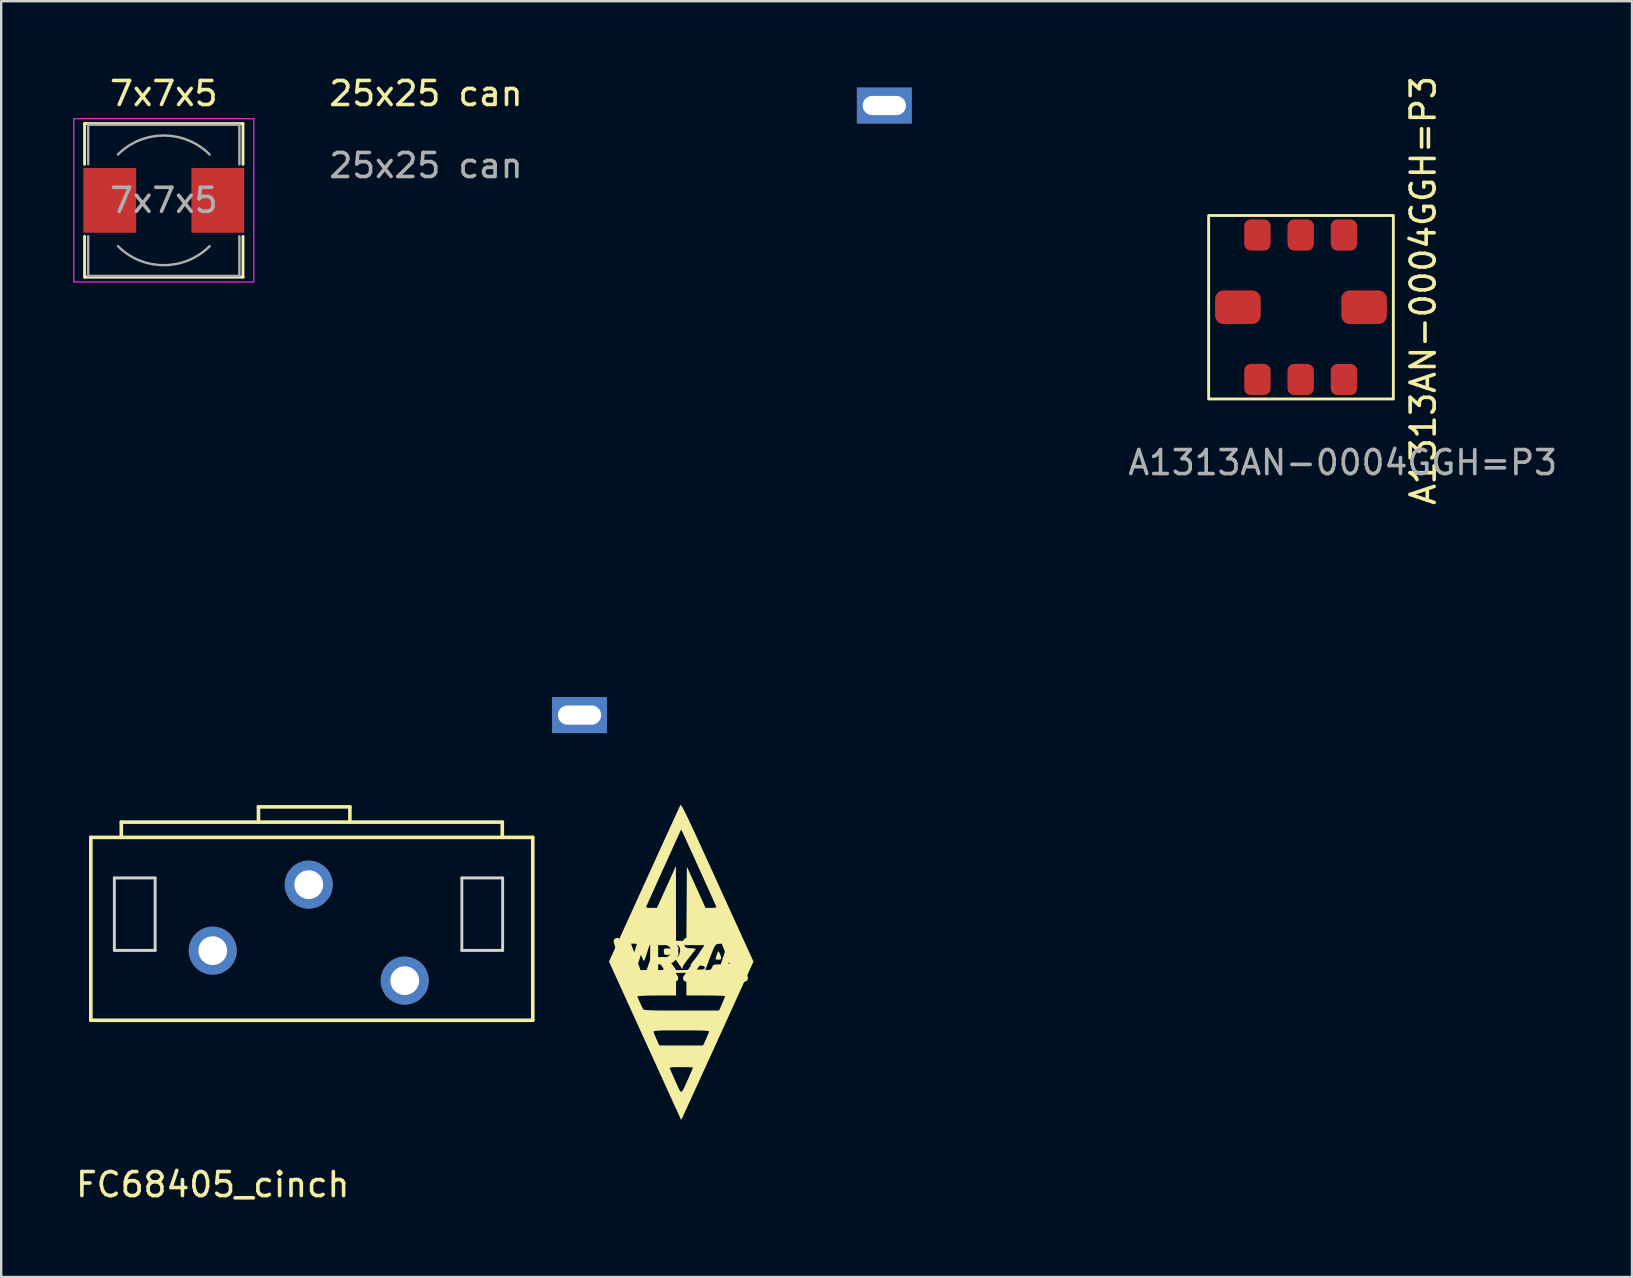
<source format=kicad_pcb>
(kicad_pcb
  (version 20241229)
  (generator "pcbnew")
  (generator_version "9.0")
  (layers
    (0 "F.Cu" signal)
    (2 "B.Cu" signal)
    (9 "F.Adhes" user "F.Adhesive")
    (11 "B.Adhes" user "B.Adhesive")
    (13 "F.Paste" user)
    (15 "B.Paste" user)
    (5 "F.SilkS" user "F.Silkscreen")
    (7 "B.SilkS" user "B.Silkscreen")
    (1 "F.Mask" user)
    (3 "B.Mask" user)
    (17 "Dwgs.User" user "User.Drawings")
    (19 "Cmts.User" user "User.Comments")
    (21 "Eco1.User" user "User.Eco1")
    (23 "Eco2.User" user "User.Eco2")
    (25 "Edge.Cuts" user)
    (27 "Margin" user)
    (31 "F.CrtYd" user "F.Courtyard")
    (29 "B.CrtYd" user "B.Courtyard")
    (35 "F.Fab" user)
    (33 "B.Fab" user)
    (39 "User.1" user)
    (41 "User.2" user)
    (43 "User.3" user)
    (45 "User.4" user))
  (footprint "FC68405_cinch"
    (layer "F.Cu")
    (at 5.815 45.813)
    (property "Reference" "FC68405_cinch" (at 0 0.5 0) (layer "F.SilkS") (effects (font (size 1 1) (thickness 0.15))))
    (attr through_hole)
    (fp_line (start -5.08 -13.97) (end 13.335 -13.97) (stroke (width 0.15) (type solid)) (layer "F.SilkS"))
    (fp_line (start -5.08 -6.35) (end -5.08 -13.97) (stroke (width 0.15) (type solid)) (layer "F.SilkS"))
    (fp_line (start -3.81 -14.605) (end 12.065 -14.605) (stroke (width 0.15) (type solid)) (layer "F.SilkS"))
    (fp_line (start -3.81 -13.97) (end -3.81 -14.605) (stroke (width 0.15) (type solid)) (layer "F.SilkS"))
    (fp_line (start 1.905 -15.24) (end 5.715 -15.24) (stroke (width 0.15) (type solid)) (layer "F.SilkS"))
    (fp_line (start 1.905 -14.605) (end 1.905 -15.24) (stroke (width 0.15) (type solid)) (layer "F.SilkS"))
    (fp_line (start 5.715 -15.24) (end 5.715 -14.605) (stroke (width 0.15) (type solid)) (layer "F.SilkS"))
    (fp_line (start 12.065 -14.605) (end 12.065 -13.97) (stroke (width 0.15) (type solid)) (layer "F.SilkS"))
    (fp_line (start 13.335 -13.97) (end 13.335 -6.35) (stroke (width 0.15) (type solid)) (layer "F.SilkS"))
    (fp_line (start 13.335 -6.35) (end -5.08 -6.35) (stroke (width 0.15) (type solid)) (layer "F.SilkS"))
    (fp_line (start -4.1 -12.28) (end -2.4 -12.28) (stroke (width 0.12) (type solid)) (layer "Edge.Cuts"))
    (fp_line (start -4.1 -9.26) (end -4.1 -12.28) (stroke (width 0.12) (type solid)) (layer "Edge.Cuts"))
    (fp_line (start -2.4 -12.28) (end -2.4 -9.26) (stroke (width 0.12) (type solid)) (layer "Edge.Cuts"))
    (fp_line (start -2.4 -9.26) (end -4.1 -9.26) (stroke (width 0.12) (type solid)) (layer "Edge.Cuts"))
    (fp_line (start 10.38 -12.28) (end 12.08 -12.28) (stroke (width 0.12) (type solid)) (layer "Edge.Cuts"))
    (fp_line (start 10.38 -9.26) (end 10.38 -12.28) (stroke (width 0.12) (type solid)) (layer "Edge.Cuts"))
    (fp_line (start 12.08 -12.28) (end 12.08 -9.26) (stroke (width 0.12) (type solid)) (layer "Edge.Cuts"))
    (fp_line (start 12.08 -9.26) (end 10.38 -9.26) (stroke (width 0.12) (type solid)) (layer "Edge.Cuts"))
    (pad "1" thru_hole circle (at 8 -8) (size 2 2) (drill 1.2) (layers "*.Cu" "*.Mask"))
    (pad "2" thru_hole circle (at 0 -9.25) (size 2 2) (drill 1.2) (layers "*.Cu" "*.Mask"))
    (pad "3" thru_hole circle (at 4 -12) (size 2 2) (drill 1.2) (layers "*.Cu" "*.Mask")))
  (footprint "7x7x5"
    (layer "F.Cu")
    (at 3.775 5.298)
    (property "Reference" "7x7x5" (at 0 -4.45 0) (layer "F.SilkS") (effects (font (size 1 1) (thickness 0.15))))
    (attr smd)
    (fp_line (start -3.3 -3.2) (end 3.3 -3.2) (stroke (width 0.12) (type solid)) (layer "F.SilkS"))
    (fp_line (start -3.3 -1.5) (end -3.3 -3.2) (stroke (width 0.12) (type solid)) (layer "F.SilkS"))
    (fp_line (start -3.3 3.2) (end -3.3 1.5) (stroke (width 0.12) (type solid)) (layer "F.SilkS"))
    (fp_line (start 3.3 -3.2) (end 3.3 -1.5) (stroke (width 0.12) (type solid)) (layer "F.SilkS"))
    (fp_line (start 3.3 1.5) (end 3.3 3.2) (stroke (width 0.12) (type solid)) (layer "F.SilkS"))
    (fp_line (start 3.3 3.2) (end -3.3 3.2) (stroke (width 0.12) (type solid)) (layer "F.SilkS"))
    (fp_line (start -3.75 -3.4) (end -3.75 3.4) (stroke (width 0.05) (type solid)) (layer "F.CrtYd"))
    (fp_line (start -3.75 3.4) (end 3.75 3.4) (stroke (width 0.05) (type solid)) (layer "F.CrtYd"))
    (fp_line (start 3.75 -3.4) (end -3.75 -3.4) (stroke (width 0.05) (type solid)) (layer "F.CrtYd"))
    (fp_line (start 3.75 3.4) (end 3.75 -3.4) (stroke (width 0.05) (type solid)) (layer "F.CrtYd"))
    (fp_line (start -3.15 -3.15) (end -3.15 -1.5) (stroke (width 0.1) (type solid)) (layer "F.Fab"))
    (fp_line (start -3.15 -3.15) (end 3.15 -3.15) (stroke (width 0.1) (type solid)) (layer "F.Fab"))
    (fp_line (start -3.15 3.15) (end -3.15 1.5) (stroke (width 0.1) (type solid)) (layer "F.Fab"))
    (fp_line (start -3.15 3.15) (end 3.15 3.15) (stroke (width 0.1) (type solid)) (layer "F.Fab"))
    (fp_line (start 3.15 -3.15) (end 3.15 -1.5) (stroke (width 0.1) (type solid)) (layer "F.Fab"))
    (fp_line (start 3.15 3.15) (end 3.15 1.5) (stroke (width 0.1) (type solid)) (layer "F.Fab"))
    (fp_arc (start -1.91 -1.91) (mid 0 -2.701148) (end 1.91 -1.91) (stroke (width 0.1) (type solid)) (layer "F.Fab"))
    (fp_arc (start 1.91 1.91) (mid 0 2.701148) (end -1.91 1.91) (stroke (width 0.1) (type solid)) (layer "F.Fab"))
    (fp_text user "${REFERENCE}" (at 0 0 0) (layer "F.Fab") (effects (font (size 1 1) (thickness 0.15))))
    (pad "1" smd rect (at -2.25 0) (size 2.2 2.7) (layers "F.Cu" "F.Mask" "F.Paste"))
    (pad "2" smd rect (at 2.25 0) (size 2.2 2.7) (layers "F.Cu" "F.Mask" "F.Paste")))
  (footprint "25x25 can"
    (layer "F.Cu")
    (at 14.699 1.348)
    (property "Reference" "25x25 can" (at 0 -0.5 0) (unlocked yes) (layer "F.SilkS") (effects (font (size 1 1) (thickness 0.15))))
    (attr smd)
    (fp_line (start 0 0) (end 0 25.4) (stroke (width 1.5) (type default)) (layer "F.Mask"))
    (fp_line (start 0 0) (end 1.7 0) (stroke (width 1.5) (type default)) (layer "F.Mask"))
    (fp_line (start 1.7 25.4) (end 0 25.4) (stroke (width 1.5) (type default)) (layer "F.Mask"))
    (fp_line (start 6 0) (end 7.7 0) (stroke (width 1.5) (type default)) (layer "F.Mask"))
    (fp_line (start 7.25 25.4) (end 5.55 25.4) (stroke (width 1.5) (type default)) (layer "F.Mask"))
    (fp_line (start 12.1 0) (end 13.8 0) (stroke (width 1.5) (type default)) (layer "F.Mask"))
    (fp_line (start 13.3 25.4) (end 11.6 25.4) (stroke (width 1.5) (type default)) (layer "F.Mask"))
    (fp_line (start 18.15 0) (end 19.85 0) (stroke (width 1.5) (type default)) (layer "F.Mask"))
    (fp_line (start 19.4 25.4) (end 17.7 25.4) (stroke (width 1.5) (type default)) (layer "F.Mask"))
    (fp_line (start 23.7 0) (end 25.4 0) (stroke (width 1.5) (type default)) (layer "F.Mask"))
    (fp_line (start 25.4 25.4) (end 23.7 25.4) (stroke (width 1.5) (type default)) (layer "F.Mask"))
    (fp_line (start 25.4 25.4) (end 25.4 0) (stroke (width 1.5) (type default)) (layer "F.Mask"))
    (fp_text user "${REFERENCE}" (at 0 2.5 0) (unlocked yes) (layer "F.Fab") (effects (font (size 1 1) (thickness 0.15))))
    (pad "1" thru_hole rect (at 6.4 25.4) (size 2.286 1.5) (drill oval 1.8 0.8) (layers "*.Cu" "*.Mask"))
    (pad "1" thru_hole rect (at 19.1 0) (size 2.286 1.5) (drill oval 1.8 0.8) (layers "*.Cu" "*.Mask")))
  (footprint "A1313AN-0004GGH=P3"
    (layer "F.Cu")
    (at 52.902 13.727)
    (property "Reference" "A1313AN-0004GGH=P3" (at 3.353 -4.674 90) (unlocked yes) (layer "F.SilkS") (effects (font (size 1 1) (thickness 0.15))))
    (attr smd)
    (fp_rect (start -5.588 -7.798) (end 2.108 -0.152) (stroke (width 0.12) (type default)) (fill no) (layer "F.SilkS"))
    (fp_text user "${REFERENCE}" (at 0 2.5 0) (unlocked yes) (layer "F.Fab") (effects (font (size 1 1) (thickness 0.15))))
    (pad "1" smd roundrect (at 0.051 -6.985) (size 1.1 1.3) (layers "F.Cu" "F.Mask" "F.Paste") (roundrect_rratio 0.25))
    (pad "2" smd roundrect (at -1.753 -6.985) (size 1.1 1.3) (layers "F.Cu" "F.Mask" "F.Paste") (roundrect_rratio 0.25))
    (pad "3" smd roundrect (at -3.556 -6.985) (size 1.1 1.3) (layers "F.Cu" "F.Mask" "F.Paste") (roundrect_rratio 0.25))
    (pad "4" smd roundrect (at -3.556 -0.965) (size 1.1 1.3) (layers "F.Cu" "F.Mask" "F.Paste") (roundrect_rratio 0.25))
    (pad "5" smd roundrect (at -1.753 -0.965) (size 1.1 1.3) (layers "F.Cu" "F.Mask" "F.Paste") (roundrect_rratio 0.25))
    (pad "6" smd roundrect (at 0.051 -0.965) (size 1.1 1.3) (layers "F.Cu" "F.Mask" "F.Paste") (roundrect_rratio 0.25))
    (pad "7" smd roundrect (at -4.369 -3.975) (size 1.9 1.4) (layers "F.Cu" "F.Mask" "F.Paste") (roundrect_rratio 0.25))
    (pad "7" smd roundrect (at 0.889 -3.975) (size 1.9 1.4) (layers "F.Cu" "F.Mask" "F.Paste") (roundrect_rratio 0.25)))
  (footprint "VRZA"
    (layer "F.Cu")
    (at 25.317 37.019)
    (property "Reference" "VRZA" (at 0 0 0) (layer "F.SilkS") (effects (font (size 1.524 1.524) (thickness 0.3))))
    (attr board_only exclude_from_pos_files exclude_from_bom)
    (fp_poly (pts (xy -0.362 -0.533) (xy -0.272 -0.485) (xy -0.249 -0.41) (xy -0.257 -0.382) (xy -0.311 -0.334) (xy -0.412 -0.297) (xy -0.529 -0.277) (xy -0.632 -0.28) (xy -0.68 -0.301) (xy -0.7 -0.356) (xy -0.707 -0.438) (xy -0.702 -0.505) (xy -0.673 -0.538) (xy -0.6 -0.549) (xy -0.515 -0.55)) (stroke (width 0) (type solid)) (fill yes) (layer "F.SilkS"))
    (fp_poly (pts (xy 1.596 -0.399) (xy 1.633 -0.32) (xy 1.667 -0.225) (xy 1.687 -0.143) (xy 1.688 -0.125) (xy 1.654 -0.092) (xy 1.572 -0.079) (xy 1.57 -0.079) (xy 1.488 -0.086) (xy 1.453 -0.103) (xy 1.453 -0.103) (xy 1.464 -0.169) (xy 1.492 -0.263) (xy 1.527 -0.356) (xy 1.557 -0.42) (xy 1.569 -0.432)) (stroke (width 0) (type solid)) (fill yes) (layer "F.SilkS"))
    (fp_poly (pts (xy 0.003 -6.517) (xy 0.025 -6.495) (xy 0.055 -6.45) (xy 0.096 -6.379) (xy 0.149 -6.278) (xy 0.217 -6.141) (xy 0.302 -5.966) (xy 0.405 -5.748) (xy 0.529 -5.483) (xy 0.675 -5.167) (xy 0.845 -4.795) (xy 1.042 -4.365) (xy 1.268 -3.871) (xy 1.523 -3.31) (xy 1.527 -3.3) (xy 3.03 0.000001) (xy 1.588 3.17) (xy 1.373 3.643) (xy 1.166 4.097) (xy 0.97 4.528) (xy 0.787 4.929) (xy 0.62 5.296) (xy 0.47 5.623) (xy 0.341 5.905) (xy 0.235 6.136) (xy 0.155 6.311) (xy 0.102 6.425) (xy 0.081 6.47) (xy 0.016 6.6) (xy -0.965 4.447) (xy -0.46 4.447) (xy -0.438 4.5) (xy -0.389 4.609) (xy -0.322 4.761) (xy -0.241 4.941) (xy -0.214 5.001) (xy -0.13 5.191) (xy -0.068 5.327) (xy -0.019 5.406) (xy 0.025 5.427) (xy 0.071 5.386) (xy 0.129 5.283) (xy 0.206 5.114) (xy 0.311 4.878) (xy 0.318 4.864) (xy 0.393 4.696) (xy 0.454 4.556) (xy 0.495 4.458) (xy 0.51 4.417) (xy 0.474 4.409) (xy 0.373 4.403) (xy 0.224 4.399) (xy 0.04 4.397) (xy 0.015 4.397) (xy -0.197 4.399) (xy -0.34 4.404) (xy -0.424 4.415) (xy -0.459 4.433) (xy -0.46 4.447) (xy -0.965 4.447) (xy -1.488 3.3) (xy -1.665 2.912) (xy -1.138 2.912) (xy -1.123 2.968) (xy -1.082 3.073) (xy -1.024 3.207) (xy -1.015 3.226) (xy -0.891 3.494) (xy 0.931 3.494) (xy 1.054 3.226) (xy 1.114 3.09) (xy 1.158 2.98) (xy 1.177 2.916) (xy 1.178 2.912) (xy 1.156 2.898) (xy 1.086 2.886) (xy 0.963 2.878) (xy 0.781 2.872) (xy 0.535 2.868) (xy 0.219 2.866) (xy 0.02 2.866) (xy -0.336 2.867) (xy -0.619 2.869) (xy -0.835 2.874) (xy -0.988 2.882) (xy -1.086 2.891) (xy -1.132 2.904) (xy -1.138 2.912) (xy -1.665 2.912) (xy -2.331 1.449) (xy -1.806 1.449) (xy -1.79 1.499) (xy -1.749 1.596) (xy -1.695 1.719) (xy -1.636 1.843) (xy -1.584 1.946) (xy -1.557 1.992) (xy -1.532 2.005) (xy -1.469 2.016) (xy -1.363 2.024) (xy -1.208 2.031) (xy -0.998 2.036) (xy -0.727 2.039) (xy -0.39 2.041) (xy 0.02 2.041) (xy 0.034 2.041) (xy 1.595 2.041) (xy 1.72 1.757) (xy 1.779 1.619) (xy 1.823 1.51) (xy 1.844 1.448) (xy 1.845 1.443) (xy 1.808 1.434) (xy 1.704 1.426) (xy 1.544 1.42) (xy 1.341 1.415) (xy 1.106 1.413) (xy 1.04 1.413) (xy 0.236 1.413) (xy 0.236 0.471) (xy -0.196 0.471) (xy -0.196 1.413) (xy -1.001 1.413) (xy -1.253 1.415) (xy -1.47 1.42) (xy -1.641 1.427) (xy -1.756 1.436) (xy -1.805 1.447) (xy -1.806 1.449) (xy -2.331 1.449) (xy -2.991 -0.000037) (xy -2.651 -0.746) (xy -2.07 -0.746) (xy -1.873 -0.196) (xy -1.677 0.353) (xy -1.424 0.353) (xy -0.942 0.353) (xy -0.824 0.353) (xy -0.757 0.35) (xy -0.722 0.326) (xy -0.709 0.262) (xy -0.707 0.14) (xy -0.693 -0.018) (xy -0.652 -0.102) (xy -0.586 -0.113) (xy -0.494 -0.05) (xy -0.378 0.086) (xy -0.34 0.139) (xy -0.19 0.355) (xy -0.079 0.353) (xy 1.022 0.353) (xy 1.142 0.353) (xy 1.236 0.338) (xy 1.291 0.275) (xy 1.308 0.236) (xy 1.338 0.169) (xy 1.381 0.133) (xy 1.458 0.12) (xy 1.574 0.118) (xy 1.702 0.121) (xy 1.775 0.137) (xy 1.816 0.176) (xy 1.845 0.236) (xy 1.899 0.322) (xy 1.978 0.352) (xy 2.007 0.353) (xy 2.088 0.345) (xy 2.12 0.325) (xy 2.106 0.28) (xy 2.069 0.175) (xy 2.012 0.026) (xy 1.942 -0.154) (xy 1.914 -0.226) (xy 1.708 -0.748) (xy 1.573 -0.737) (xy 1.527 -0.732) (xy 1.488 -0.719) (xy 1.452 -0.689) (xy 1.414 -0.634) (xy 1.37 -0.545) (xy 1.314 -0.412) (xy 1.241 -0.228) (xy 1.148 0.017) (xy 1.099 0.147) (xy 1.022 0.353) (xy -0.079 0.353) (xy 0.405 0.345) (xy 0.633 0.34) (xy 0.794 0.334) (xy 0.9 0.326) (xy 0.962 0.314) (xy 0.992 0.295) (xy 1.001 0.268) (xy 1.001 0.255) (xy 0.993 0.215) (xy 0.958 0.189) (xy 0.881 0.172) (xy 0.744 0.16) (xy 0.7 0.157) (xy 0.398 0.137) (xy 0.69 -0.224) (xy 0.805 -0.373) (xy 0.898 -0.507) (xy 0.961 -0.61) (xy 0.981 -0.666) (xy 0.977 -0.701) (xy 0.953 -0.724) (xy 0.897 -0.738) (xy 0.794 -0.744) (xy 0.632 -0.746) (xy 0.567 -0.746) (xy 0.382 -0.745) (xy 0.263 -0.741) (xy 0.196 -0.731) (xy 0.166 -0.712) (xy 0.161 -0.68) (xy 0.164 -0.658) (xy 0.18 -0.607) (xy 0.223 -0.578) (xy 0.313 -0.563) (xy 0.402 -0.557) (xy 0.524 -0.548) (xy 0.606 -0.537) (xy 0.628 -0.528) (xy 0.605 -0.492) (xy 0.542 -0.409) (xy 0.448 -0.291) (xy 0.353 -0.174) (xy 0.241 -0.03) (xy 0.151 0.101) (xy 0.092 0.201) (xy 0.076 0.248) (xy 0.071 0.308) (xy 0.05 0.294) (xy 0.027 0.259) (xy -0.023 0.185) (xy -0.099 0.079) (xy -0.147 0.014) (xy -0.215 -0.088) (xy -0.235 -0.147) (xy -0.222 -0.157) (xy -0.14 -0.192) (xy -0.07 -0.281) (xy -0.029 -0.401) (xy -0.024 -0.458) (xy -0.038 -0.575) (xy -0.088 -0.657) (xy -0.184 -0.709) (xy -0.335 -0.737) (xy -0.554 -0.746) (xy -0.574 -0.746) (xy -0.942 -0.746) (xy -0.942 0.353) (xy -1.424 0.353) (xy -1.241 -0.167) (xy -1.176 -0.357) (xy -1.12 -0.52) (xy -1.081 -0.642) (xy -1.061 -0.709) (xy -1.06 -0.716) (xy -1.094 -0.737) (xy -1.175 -0.746) (xy -1.231 -0.742) (xy -1.271 -0.72) (xy -1.306 -0.667) (xy -1.343 -0.567) (xy -1.393 -0.407) (xy -1.395 -0.402) (xy -1.444 -0.247) (xy -1.488 -0.12) (xy -1.521 -0.041) (xy -1.53 -0.026) (xy -1.555 -0.047) (xy -1.596 -0.128) (xy -1.647 -0.257) (xy -1.687 -0.369) (xy -1.744 -0.54) (xy -1.787 -0.649) (xy -1.822 -0.71) (xy -1.861 -0.738) (xy -1.911 -0.746) (xy -1.941 -0.746) (xy -2.07 -0.746) (xy -2.651 -0.746) (xy -1.95 -2.287) (xy -1.441 -2.287) (xy -1.43 -2.258) (xy -1.361 -2.242) (xy -1.226 -2.238) (xy -0.991 -2.238) (xy -0.694 -2.895) (xy -0.591 -3.123) (xy -0.492 -3.342) (xy -0.404 -3.536) (xy -0.335 -3.688) (xy -0.299 -3.769) (xy -0.201 -3.985) (xy -0.199 -2.424) (xy -0.196 -0.864) (xy 0.235 -0.864) (xy 0.245 -2.411) (xy 0.255 -3.958) (xy 0.643 -3.098) (xy 1.031 -2.238) (xy 1.266 -2.238) (xy 1.402 -2.242) (xy 1.47 -2.258) (xy 1.48 -2.287) (xy 1.45 -2.354) (xy 1.393 -2.482) (xy 1.313 -2.66) (xy 1.214 -2.88) (xy 1.101 -3.132) (xy 0.976 -3.407) (xy 0.845 -3.696) (xy 0.712 -3.989) (xy 0.582 -4.278) (xy 0.457 -4.552) (xy 0.343 -4.803) (xy 0.243 -5.021) (xy 0.162 -5.198) (xy 0.105 -5.323) (xy 0.074 -5.388) (xy 0.072 -5.393) (xy 0.015 -5.501) (xy -0.036 -5.391) (xy -0.067 -5.325) (xy -0.123 -5.2) (xy -0.203 -5.024) (xy -0.302 -4.807) (xy -0.415 -4.558) (xy -0.538 -4.285) (xy -0.668 -3.999) (xy -0.799 -3.708) (xy -0.929 -3.421) (xy -1.053 -3.147) (xy -1.166 -2.895) (xy -1.266 -2.676) (xy -1.346 -2.496) (xy -1.405 -2.367) (xy -1.436 -2.296) (xy -1.441 -2.287) (xy -1.95 -2.287) (xy -1.53 -3.209) (xy -1.314 -3.684) (xy -1.106 -4.139) (xy -0.91 -4.57) (xy -0.727 -4.972) (xy -0.559 -5.338) (xy -0.41 -5.664) (xy -0.282 -5.945) (xy -0.176 -6.176) (xy -0.096 -6.35) (xy -0.044 -6.463) (xy -0.022 -6.51) (xy -0.012 -6.521)) (stroke (width 0) (type solid)) (fill yes) (layer "F.SilkS")))
  (gr_rect
    (start -3 -3)
    (end 64.956 50.161)
    (stroke (width 0.1) (type default))
    (fill no)
    (layer "Edge.Cuts")))
</source>
